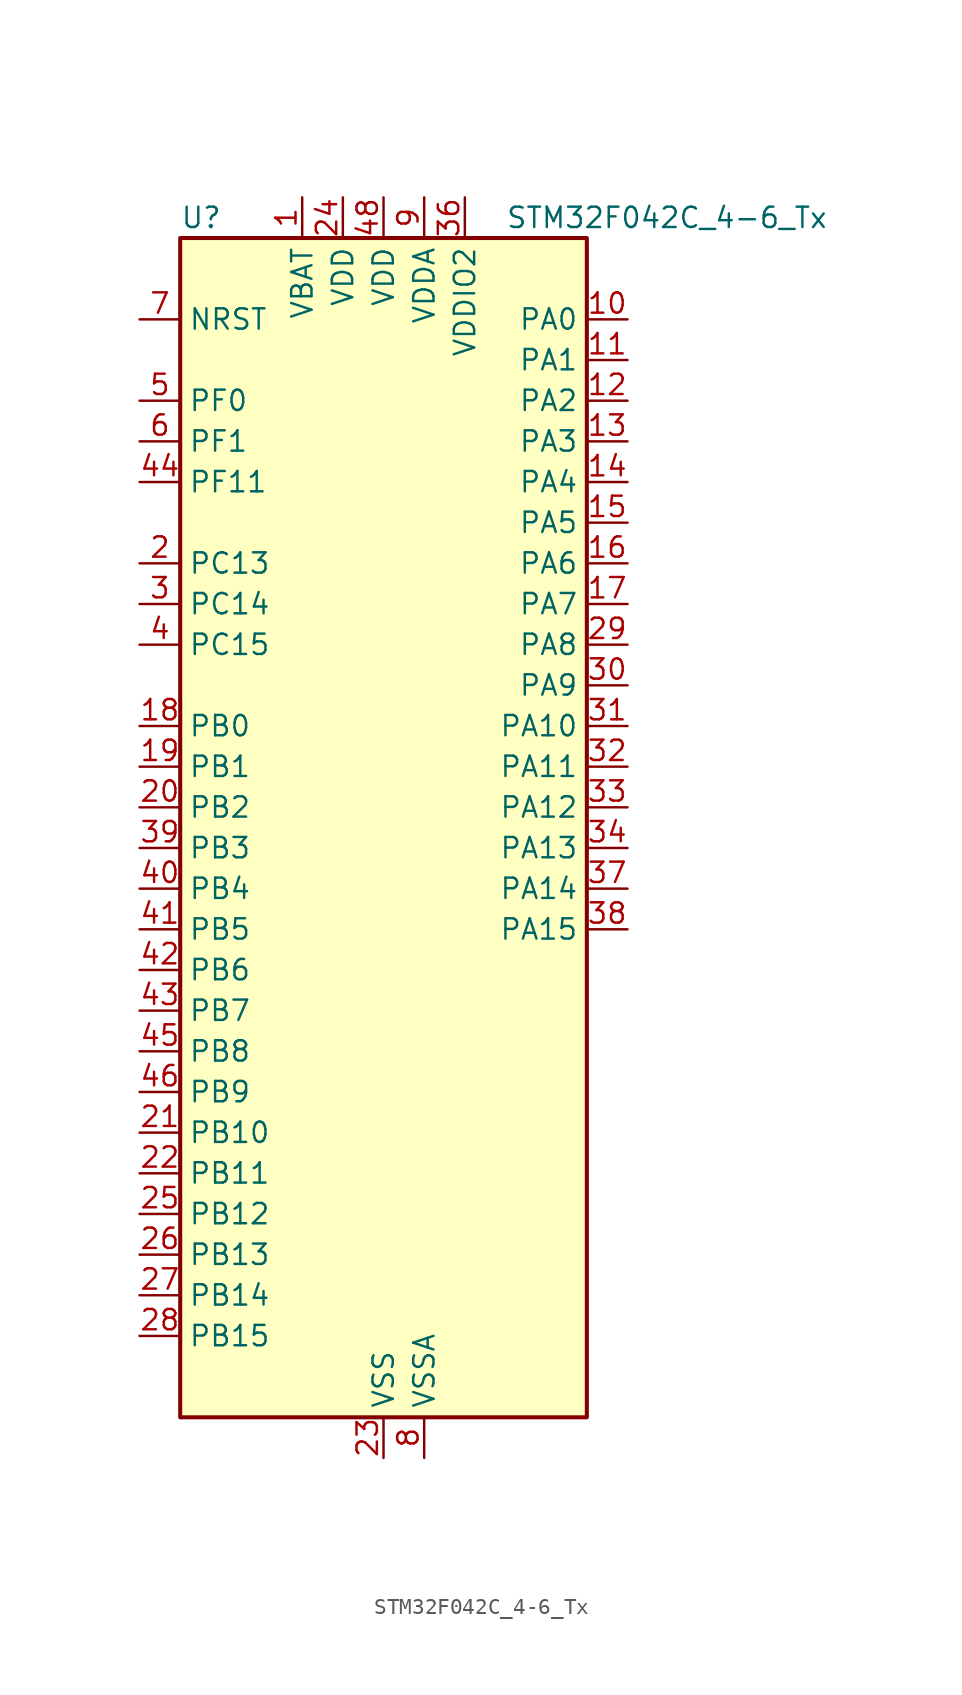
<source format=kicad_sym>
(kicad_symbol_lib
  (version 20241209)
  (generator "kicad_symbol_editor")
  (generator_version "9.0")
  (symbol "STM32F042C_4-6_Tx"
    (property "Reference" "U"
      (at -12.7 39.37 0)
      (effects (font (size 1.27 1.27)) (justify left)))
    (property "Value" "STM32F042C_4-6_Tx"
      (at 7.62 39.37 0)
      (effects (font (size 1.27 1.27)) (justify left)))
    (symbol "STM32F042C_4-6_Tx_0_1"
      (rectangle (start -12.7 -35.56) (end 12.7 38.1) (stroke (width 0.254) (type default)) (fill (type background))))
    (symbol "STM32F042C_4-6_Tx_1_1"
      (pin input line (at -15.24 33.02 0) (length 2.54) (name "NRST" (effects (font (size 1.27 1.27)))) (number "7" (effects (font (size 1.27 1.27)))))
      (pin bidirectional line (at -15.24 27.94 0) (length 2.54) (name "PF0" (effects (font (size 1.27 1.27)))) (number "5" (effects (font (size 1.27 1.27)))) (alternate "CRS_SYNC" bidirectional line) (alternate "I2C1_SDA" bidirectional line) (alternate "RCC_OSC_IN" bidirectional line))
      (pin bidirectional line (at -15.24 25.4 0) (length 2.54) (name "PF1" (effects (font (size 1.27 1.27)))) (number "6" (effects (font (size 1.27 1.27)))) (alternate "I2C1_SCL" bidirectional line) (alternate "RCC_OSC_OUT" bidirectional line))
      (pin bidirectional line (at -15.24 22.86 0) (length 2.54) (name "PF11" (effects (font (size 1.27 1.27)))) (number "44" (effects (font (size 1.27 1.27)))))
      (pin bidirectional line (at -15.24 17.78 0) (length 2.54) (name "PC13" (effects (font (size 1.27 1.27)))) (number "2" (effects (font (size 1.27 1.27)))) (alternate "RTC_OUT_ALARM" bidirectional line) (alternate "RTC_OUT_CALIB" bidirectional line) (alternate "RTC_TAMP1" bidirectional line) (alternate "RTC_TS" bidirectional line) (alternate "SYS_WKUP2" bidirectional line))
      (pin bidirectional line (at -15.24 15.24 0) (length 2.54) (name "PC14" (effects (font (size 1.27 1.27)))) (number "3" (effects (font (size 1.27 1.27)))) (alternate "RCC_OSC32_IN" bidirectional line))
      (pin bidirectional line (at -15.24 12.7 0) (length 2.54) (name "PC15" (effects (font (size 1.27 1.27)))) (number "4" (effects (font (size 1.27 1.27)))) (alternate "RCC_OSC32_OUT" bidirectional line))
      (pin bidirectional line (at -15.24 7.62 0) (length 2.54) (name "PB0" (effects (font (size 1.27 1.27)))) (number "18" (effects (font (size 1.27 1.27)))) (alternate "ADC_IN8" bidirectional line) (alternate "TIM1_CH2N" bidirectional line) (alternate "TIM3_CH3" bidirectional line) (alternate "TSC_G3_IO2" bidirectional line))
      (pin bidirectional line (at -15.24 5.08 0) (length 2.54) (name "PB1" (effects (font (size 1.27 1.27)))) (number "19" (effects (font (size 1.27 1.27)))) (alternate "ADC_IN9" bidirectional line) (alternate "TIM14_CH1" bidirectional line) (alternate "TIM1_CH3N" bidirectional line) (alternate "TIM3_CH4" bidirectional line) (alternate "TSC_G3_IO3" bidirectional line))
      (pin bidirectional line (at -15.24 2.54 0) (length 2.54) (name "PB2" (effects (font (size 1.27 1.27)))) (number "20" (effects (font (size 1.27 1.27)))) (alternate "TSC_G3_IO4" bidirectional line))
      (pin bidirectional line (at -15.24 0 0) (length 2.54) (name "PB3" (effects (font (size 1.27 1.27)))) (number "39" (effects (font (size 1.27 1.27)))) (alternate "I2S1_CK" bidirectional line) (alternate "SPI1_SCK" bidirectional line) (alternate "TIM2_CH2" bidirectional line) (alternate "TSC_G5_IO1" bidirectional line))
      (pin bidirectional line (at -15.24 -2.54 0) (length 2.54) (name "PB4" (effects (font (size 1.27 1.27)))) (number "40" (effects (font (size 1.27 1.27)))) (alternate "I2S1_MCK" bidirectional line) (alternate "SPI1_MISO" bidirectional line) (alternate "TIM17_BKIN" bidirectional line) (alternate "TIM3_CH1" bidirectional line) (alternate "TSC_G5_IO2" bidirectional line))
      (pin bidirectional line (at -15.24 -5.08 0) (length 2.54) (name "PB5" (effects (font (size 1.27 1.27)))) (number "41" (effects (font (size 1.27 1.27)))) (alternate "I2C1_SMBA" bidirectional line) (alternate "I2S1_SD" bidirectional line) (alternate "SPI1_MOSI" bidirectional line) (alternate "SYS_WKUP6" bidirectional line) (alternate "TIM16_BKIN" bidirectional line) (alternate "TIM3_CH2" bidirectional line))
      (pin bidirectional line (at -15.24 -7.62 0) (length 2.54) (name "PB6" (effects (font (size 1.27 1.27)))) (number "42" (effects (font (size 1.27 1.27)))) (alternate "I2C1_SCL" bidirectional line) (alternate "TIM16_CH1N" bidirectional line) (alternate "TSC_G5_IO3" bidirectional line) (alternate "USART1_TX" bidirectional line))
      (pin bidirectional line (at -15.24 -10.16 0) (length 2.54) (name "PB7" (effects (font (size 1.27 1.27)))) (number "43" (effects (font (size 1.27 1.27)))) (alternate "I2C1_SDA" bidirectional line) (alternate "TIM17_CH1N" bidirectional line) (alternate "TSC_G5_IO4" bidirectional line) (alternate "USART1_RX" bidirectional line))
      (pin bidirectional line (at -15.24 -12.7 0) (length 2.54) (name "PB8" (effects (font (size 1.27 1.27)))) (number "45" (effects (font (size 1.27 1.27)))) (alternate "CAN_RX" bidirectional line) (alternate "CEC" bidirectional line) (alternate "I2C1_SCL" bidirectional line) (alternate "TIM16_CH1" bidirectional line) (alternate "TSC_SYNC" bidirectional line))
      (pin bidirectional line (at -15.24 -15.24 0) (length 2.54) (name "PB9" (effects (font (size 1.27 1.27)))) (number "46" (effects (font (size 1.27 1.27)))) (alternate "CAN_TX" bidirectional line) (alternate "I2C1_SDA" bidirectional line) (alternate "IR_OUT" bidirectional line) (alternate "SPI2_NSS" bidirectional line) (alternate "TIM17_CH1" bidirectional line))
      (pin bidirectional line (at -15.24 -17.78 0) (length 2.54) (name "PB10" (effects (font (size 1.27 1.27)))) (number "21" (effects (font (size 1.27 1.27)))) (alternate "CEC" bidirectional line) (alternate "I2C1_SCL" bidirectional line) (alternate "SPI2_SCK" bidirectional line) (alternate "TIM2_CH3" bidirectional line) (alternate "TSC_SYNC" bidirectional line))
      (pin bidirectional line (at -15.24 -20.32 0) (length 2.54) (name "PB11" (effects (font (size 1.27 1.27)))) (number "22" (effects (font (size 1.27 1.27)))) (alternate "I2C1_SDA" bidirectional line) (alternate "TIM2_CH4" bidirectional line))
      (pin bidirectional line (at -15.24 -22.86 0) (length 2.54) (name "PB12" (effects (font (size 1.27 1.27)))) (number "25" (effects (font (size 1.27 1.27)))) (alternate "SPI2_NSS" bidirectional line) (alternate "TIM1_BKIN" bidirectional line))
      (pin bidirectional line (at -15.24 -25.4 0) (length 2.54) (name "PB13" (effects (font (size 1.27 1.27)))) (number "26" (effects (font (size 1.27 1.27)))) (alternate "I2C1_SCL" bidirectional line) (alternate "SPI2_SCK" bidirectional line) (alternate "TIM1_CH1N" bidirectional line))
      (pin bidirectional line (at -15.24 -27.94 0) (length 2.54) (name "PB14" (effects (font (size 1.27 1.27)))) (number "27" (effects (font (size 1.27 1.27)))) (alternate "I2C1_SDA" bidirectional line) (alternate "SPI2_MISO" bidirectional line) (alternate "TIM1_CH2N" bidirectional line))
      (pin bidirectional line (at -15.24 -30.48 0) (length 2.54) (name "PB15" (effects (font (size 1.27 1.27)))) (number "28" (effects (font (size 1.27 1.27)))) (alternate "RTC_REFIN" bidirectional line) (alternate "SPI2_MOSI" bidirectional line) (alternate "SYS_WKUP7" bidirectional line) (alternate "TIM1_CH3N" bidirectional line))
      (pin power_in line (at -5.08 40.64 270) (length 2.54) (name "VBAT" (effects (font (size 1.27 1.27)))) (number "1" (effects (font (size 1.27 1.27)))))
      (pin power_in line (at -2.54 40.64 270) (length 2.54) (name "VDD" (effects (font (size 1.27 1.27)))) (number "24" (effects (font (size 1.27 1.27)))))
      (pin power_in line (at 0 40.64 270) (length 2.54) (name "VDD" (effects (font (size 1.27 1.27)))) (number "48" (effects (font (size 1.27 1.27)))))
      (pin power_in line (at 0 -38.1 90) (length 2.54) (name "VSS" (effects (font (size 1.27 1.27)))) (number "23" (effects (font (size 1.27 1.27)))))
      (pin passive line (at 0 -38.1 90) (length 2.54) (hide yes) (name "VSS" (effects (font (size 1.27 1.27)))) (number "35" (effects (font (size 1.27 1.27)))))
      (pin passive line (at 0 -38.1 90) (length 2.54) (hide yes) (name "VSS" (effects (font (size 1.27 1.27)))) (number "47" (effects (font (size 1.27 1.27)))))
      (pin power_in line (at 2.54 40.64 270) (length 2.54) (name "VDDA" (effects (font (size 1.27 1.27)))) (number "9" (effects (font (size 1.27 1.27)))))
      (pin power_in line (at 2.54 -38.1 90) (length 2.54) (name "VSSA" (effects (font (size 1.27 1.27)))) (number "8" (effects (font (size 1.27 1.27)))))
      (pin power_in line (at 5.08 40.64 270) (length 2.54) (name "VDDIO2" (effects (font (size 1.27 1.27)))) (number "36" (effects (font (size 1.27 1.27)))))
      (pin bidirectional line (at 15.24 33.02 180) (length 2.54) (name "PA0" (effects (font (size 1.27 1.27)))) (number "10" (effects (font (size 1.27 1.27)))) (alternate "ADC_IN0" bidirectional line) (alternate "RTC_TAMP2" bidirectional line) (alternate "SYS_WKUP1" bidirectional line) (alternate "TIM2_CH1" bidirectional line) (alternate "TIM2_ETR" bidirectional line) (alternate "TSC_G1_IO1" bidirectional line) (alternate "USART2_CTS" bidirectional line))
      (pin bidirectional line (at 15.24 30.48 180) (length 2.54) (name "PA1" (effects (font (size 1.27 1.27)))) (number "11" (effects (font (size 1.27 1.27)))) (alternate "ADC_IN1" bidirectional line) (alternate "TIM2_CH2" bidirectional line) (alternate "TSC_G1_IO2" bidirectional line) (alternate "USART2_DE" bidirectional line) (alternate "USART2_RTS" bidirectional line))
      (pin bidirectional line (at 15.24 27.94 180) (length 2.54) (name "PA2" (effects (font (size 1.27 1.27)))) (number "12" (effects (font (size 1.27 1.27)))) (alternate "ADC_IN2" bidirectional line) (alternate "SYS_WKUP4" bidirectional line) (alternate "TIM2_CH3" bidirectional line) (alternate "TSC_G1_IO3" bidirectional line) (alternate "USART2_TX" bidirectional line))
      (pin bidirectional line (at 15.24 25.4 180) (length 2.54) (name "PA3" (effects (font (size 1.27 1.27)))) (number "13" (effects (font (size 1.27 1.27)))) (alternate "ADC_IN3" bidirectional line) (alternate "TIM2_CH4" bidirectional line) (alternate "TSC_G1_IO4" bidirectional line) (alternate "USART2_RX" bidirectional line))
      (pin bidirectional line (at 15.24 22.86 180) (length 2.54) (name "PA4" (effects (font (size 1.27 1.27)))) (number "14" (effects (font (size 1.27 1.27)))) (alternate "ADC_IN4" bidirectional line) (alternate "I2S1_WS" bidirectional line) (alternate "SPI1_NSS" bidirectional line) (alternate "TIM14_CH1" bidirectional line) (alternate "TSC_G2_IO1" bidirectional line) (alternate "USART2_CK" bidirectional line) (alternate "USB_NOE" bidirectional line))
      (pin bidirectional line (at 15.24 20.32 180) (length 2.54) (name "PA5" (effects (font (size 1.27 1.27)))) (number "15" (effects (font (size 1.27 1.27)))) (alternate "ADC_IN5" bidirectional line) (alternate "CEC" bidirectional line) (alternate "I2S1_CK" bidirectional line) (alternate "SPI1_SCK" bidirectional line) (alternate "TIM2_CH1" bidirectional line) (alternate "TIM2_ETR" bidirectional line) (alternate "TSC_G2_IO2" bidirectional line))
      (pin bidirectional line (at 15.24 17.78 180) (length 2.54) (name "PA6" (effects (font (size 1.27 1.27)))) (number "16" (effects (font (size 1.27 1.27)))) (alternate "ADC_IN6" bidirectional line) (alternate "I2S1_MCK" bidirectional line) (alternate "SPI1_MISO" bidirectional line) (alternate "TIM16_CH1" bidirectional line) (alternate "TIM1_BKIN" bidirectional line) (alternate "TIM3_CH1" bidirectional line) (alternate "TSC_G2_IO3" bidirectional line))
      (pin bidirectional line (at 15.24 15.24 180) (length 2.54) (name "PA7" (effects (font (size 1.27 1.27)))) (number "17" (effects (font (size 1.27 1.27)))) (alternate "ADC_IN7" bidirectional line) (alternate "I2S1_SD" bidirectional line) (alternate "SPI1_MOSI" bidirectional line) (alternate "TIM14_CH1" bidirectional line) (alternate "TIM17_CH1" bidirectional line) (alternate "TIM1_CH1N" bidirectional line) (alternate "TIM3_CH2" bidirectional line) (alternate "TSC_G2_IO4" bidirectional line))
      (pin bidirectional line (at 15.24 12.7 180) (length 2.54) (name "PA8" (effects (font (size 1.27 1.27)))) (number "29" (effects (font (size 1.27 1.27)))) (alternate "CRS_SYNC" bidirectional line) (alternate "RCC_MCO" bidirectional line) (alternate "TIM1_CH1" bidirectional line) (alternate "USART1_CK" bidirectional line))
      (pin bidirectional line (at 15.24 10.16 180) (length 2.54) (name "PA9" (effects (font (size 1.27 1.27)))) (number "30" (effects (font (size 1.27 1.27)))) (alternate "I2C1_SCL" bidirectional line) (alternate "TIM1_CH2" bidirectional line) (alternate "TSC_G4_IO1" bidirectional line) (alternate "USART1_TX" bidirectional line))
      (pin bidirectional line (at 15.24 7.62 180) (length 2.54) (name "PA10" (effects (font (size 1.27 1.27)))) (number "31" (effects (font (size 1.27 1.27)))) (alternate "I2C1_SDA" bidirectional line) (alternate "TIM17_BKIN" bidirectional line) (alternate "TIM1_CH3" bidirectional line) (alternate "TSC_G4_IO2" bidirectional line) (alternate "USART1_RX" bidirectional line))
      (pin bidirectional line (at 15.24 5.08 180) (length 2.54) (name "PA11" (effects (font (size 1.27 1.27)))) (number "32" (effects (font (size 1.27 1.27)))) (alternate "CAN_RX" bidirectional line) (alternate "I2C1_SCL" bidirectional line) (alternate "TIM1_CH4" bidirectional line) (alternate "TSC_G4_IO3" bidirectional line) (alternate "USART1_CTS" bidirectional line) (alternate "USB_DM" bidirectional line))
      (pin bidirectional line (at 15.24 2.54 180) (length 2.54) (name "PA12" (effects (font (size 1.27 1.27)))) (number "33" (effects (font (size 1.27 1.27)))) (alternate "CAN_TX" bidirectional line) (alternate "I2C1_SDA" bidirectional line) (alternate "TIM1_ETR" bidirectional line) (alternate "TSC_G4_IO4" bidirectional line) (alternate "USART1_DE" bidirectional line) (alternate "USART1_RTS" bidirectional line) (alternate "USB_DP" bidirectional line))
      (pin bidirectional line (at 15.24 0 180) (length 2.54) (name "PA13" (effects (font (size 1.27 1.27)))) (number "34" (effects (font (size 1.27 1.27)))) (alternate "IR_OUT" bidirectional line) (alternate "SYS_SWDIO" bidirectional line) (alternate "USB_NOE" bidirectional line))
      (pin bidirectional line (at 15.24 -2.54 180) (length 2.54) (name "PA14" (effects (font (size 1.27 1.27)))) (number "37" (effects (font (size 1.27 1.27)))) (alternate "SYS_SWCLK" bidirectional line) (alternate "USART2_TX" bidirectional line))
      (pin bidirectional line (at 15.24 -5.08 180) (length 2.54) (name "PA15" (effects (font (size 1.27 1.27)))) (number "38" (effects (font (size 1.27 1.27)))) (alternate "I2S1_WS" bidirectional line) (alternate "SPI1_NSS" bidirectional line) (alternate "TIM2_CH1" bidirectional line) (alternate "TIM2_ETR" bidirectional line) (alternate "USART2_RX" bidirectional line) (alternate "USB_NOE" bidirectional line)))))
</source>
